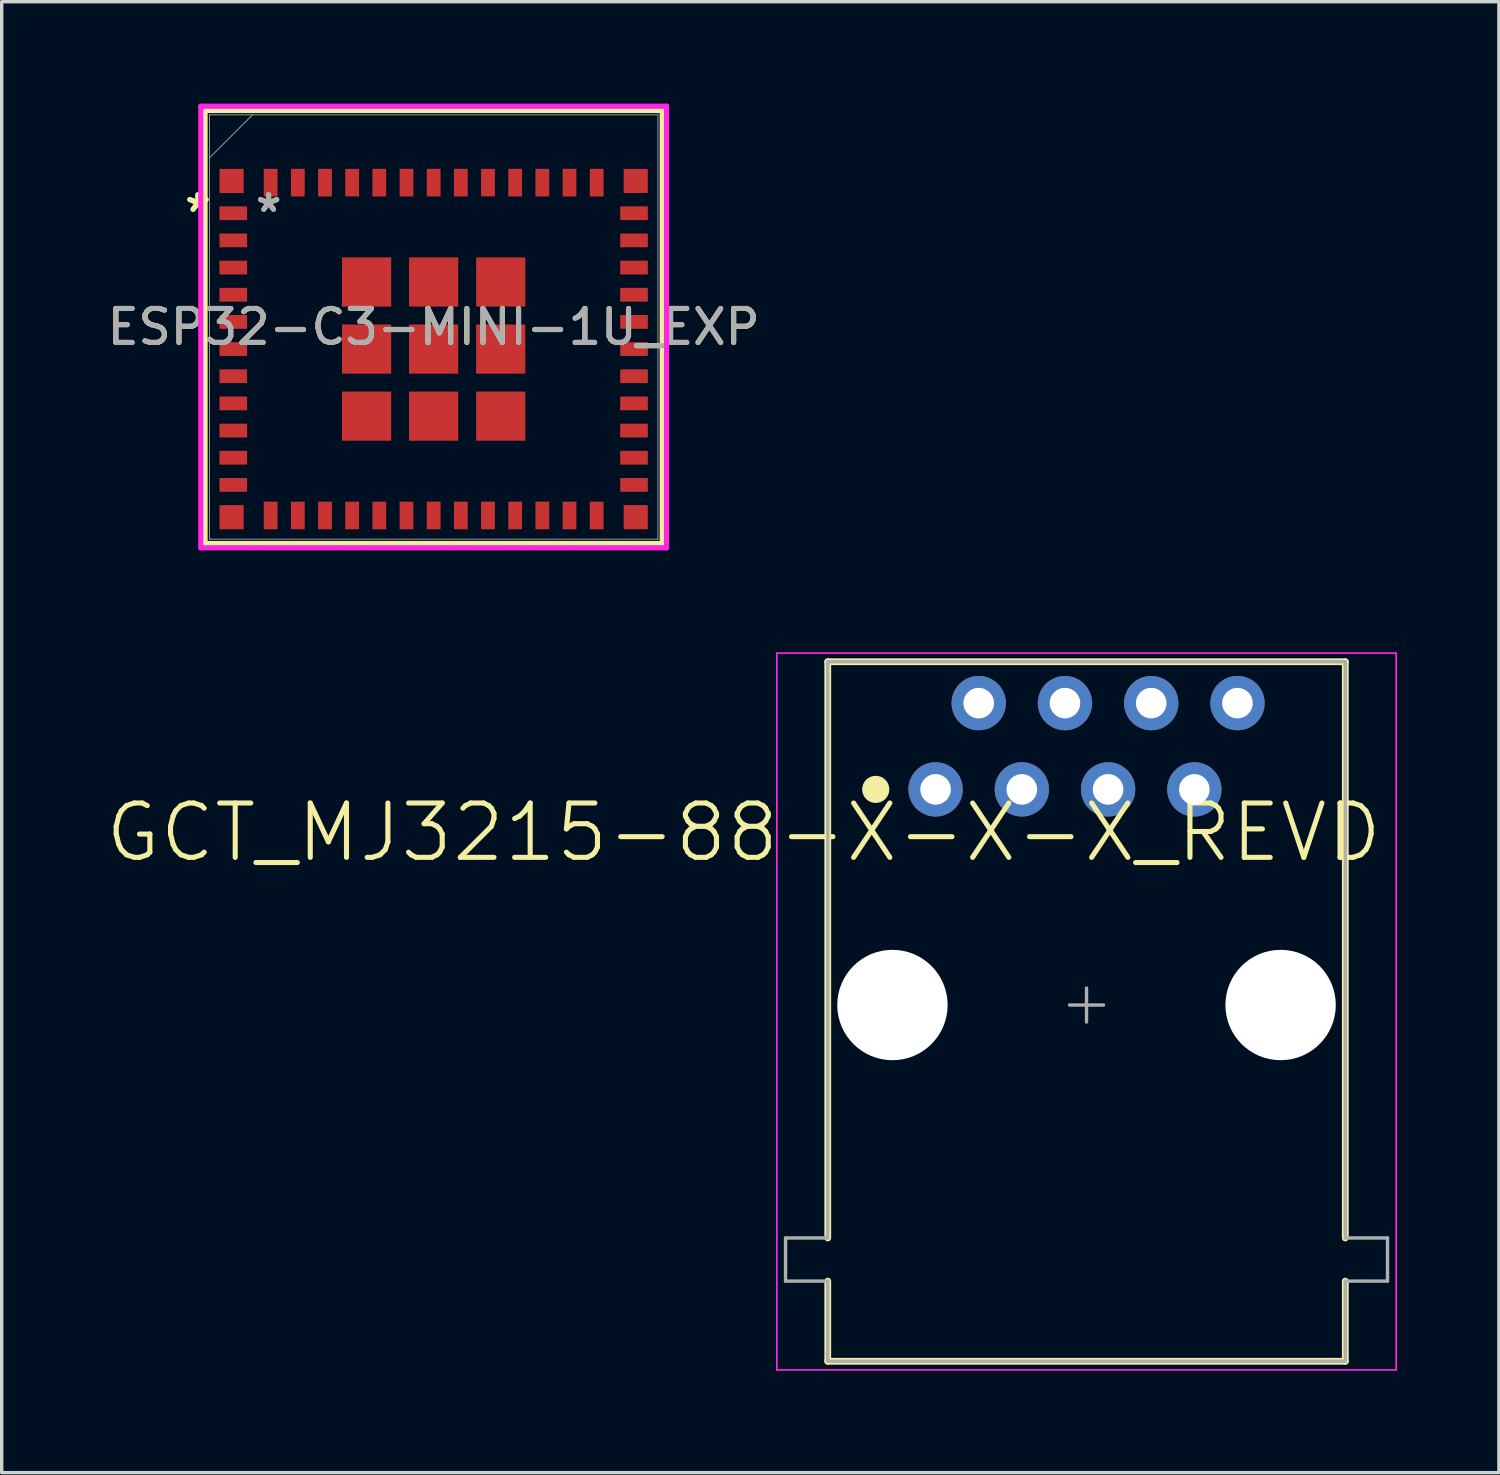
<source format=kicad_pcb>
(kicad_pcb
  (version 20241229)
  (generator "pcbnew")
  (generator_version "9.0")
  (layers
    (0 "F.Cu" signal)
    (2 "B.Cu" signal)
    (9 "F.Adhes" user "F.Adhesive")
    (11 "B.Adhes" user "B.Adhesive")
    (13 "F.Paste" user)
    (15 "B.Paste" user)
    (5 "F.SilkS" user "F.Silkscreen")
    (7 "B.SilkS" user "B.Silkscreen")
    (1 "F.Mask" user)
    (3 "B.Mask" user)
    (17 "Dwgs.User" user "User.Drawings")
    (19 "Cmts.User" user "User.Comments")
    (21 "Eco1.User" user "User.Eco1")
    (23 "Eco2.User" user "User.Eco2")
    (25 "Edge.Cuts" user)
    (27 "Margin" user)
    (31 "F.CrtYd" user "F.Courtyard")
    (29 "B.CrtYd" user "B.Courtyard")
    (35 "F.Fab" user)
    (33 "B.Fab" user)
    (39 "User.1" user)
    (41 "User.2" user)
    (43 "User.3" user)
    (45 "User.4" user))
  (footprint "ESP32-C3-MINI-1U_EXP"
    (layer "F.Cu")
    (at 9.72 6.579)
    (property "Reference" "ESP32-C3-MINI-1U_EXP" (at 0 0 0) (unlocked yes) (layer "F.SilkS") (effects (font (size 1 1) (thickness 0.15))))
    (attr smd)
    (fp_line (start -6.731 -6.375) (end -6.731 6.375) (stroke (width 0.152) (type solid)) (layer "F.SilkS"))
    (fp_line (start -6.731 6.375) (end 6.731 6.375) (stroke (width 0.152) (type solid)) (layer "F.SilkS"))
    (fp_line (start 6.731 -6.375) (end -6.731 -6.375) (stroke (width 0.152) (type solid)) (layer "F.SilkS"))
    (fp_line (start 6.731 6.375) (end 6.731 -6.375) (stroke (width 0.152) (type solid)) (layer "F.SilkS"))
    (fp_line (start -6.858 -6.502) (end -6.858 6.502) (stroke (width 0.152) (type solid)) (layer "F.CrtYd"))
    (fp_line (start -6.858 6.502) (end 6.858 6.502) (stroke (width 0.152) (type solid)) (layer "F.CrtYd"))
    (fp_line (start 6.858 -6.502) (end -6.858 -6.502) (stroke (width 0.152) (type solid)) (layer "F.CrtYd"))
    (fp_line (start 6.858 6.502) (end 6.858 -6.502) (stroke (width 0.152) (type solid)) (layer "F.CrtYd"))
    (fp_line (start -6.604 -6.248) (end -6.604 6.248) (stroke (width 0.025) (type solid)) (layer "F.Fab"))
    (fp_line (start -6.604 -4.978) (end -5.334 -6.248) (stroke (width 0.025) (type solid)) (layer "F.Fab"))
    (fp_line (start -6.604 6.248) (end 6.604 6.248) (stroke (width 0.025) (type solid)) (layer "F.Fab"))
    (fp_line (start 6.604 -6.248) (end -6.604 -6.248) (stroke (width 0.025) (type solid)) (layer "F.Fab"))
    (fp_line (start 6.604 6.248) (end 6.604 -6.248) (stroke (width 0.025) (type solid)) (layer "F.Fab"))
    (fp_text user "*" (at -6.941 -3.35 0) (layer "F.SilkS") (effects (font (size 1 1) (thickness 0.15))))
    (fp_text user "*" (at -6.941 -3.35 0) (unlocked yes) (layer "F.SilkS") (effects (font (size 1 1) (thickness 0.15))))
    (fp_text user "*" (at -4.859 -3.35 0) (unlocked yes) (layer "F.Fab") (effects (font (size 1 1) (thickness 0.15))))
    (fp_text user "*" (at -4.859 -3.35 0) (layer "F.Fab") (effects (font (size 1 1) (thickness 0.15))))
    (fp_text user "${REFERENCE}" (at 0 0 0) (unlocked yes) (layer "F.Fab") (effects (font (size 1 1) (thickness 0.15))))
    (pad "1" smd rect (at -5.9 -3.35) (size 0.813 0.406) (layers "F.Cu" "F.Mask" "F.Paste"))
    (pad "2" smd rect (at -5.9 -2.55) (size 0.813 0.406) (layers "F.Cu" "F.Mask" "F.Paste"))
    (pad "3" smd rect (at -5.9 -1.75) (size 0.813 0.406) (layers "F.Cu" "F.Mask" "F.Paste"))
    (pad "4" smd rect (at -5.9 -0.95) (size 0.813 0.406) (layers "F.Cu" "F.Mask" "F.Paste"))
    (pad "5" smd rect (at -5.9 -0.15) (size 0.813 0.406) (layers "F.Cu" "F.Mask" "F.Paste"))
    (pad "6" smd rect (at -5.9 0.65) (size 0.813 0.406) (layers "F.Cu" "F.Mask" "F.Paste"))
    (pad "7" smd rect (at -5.9 1.45) (size 0.813 0.406) (layers "F.Cu" "F.Mask" "F.Paste"))
    (pad "8" smd rect (at -5.9 2.25) (size 0.813 0.406) (layers "F.Cu" "F.Mask" "F.Paste"))
    (pad "9" smd rect (at -5.9 3.05) (size 0.813 0.406) (layers "F.Cu" "F.Mask" "F.Paste"))
    (pad "10" smd rect (at -5.9 3.85) (size 0.813 0.406) (layers "F.Cu" "F.Mask" "F.Paste"))
    (pad "11" smd rect (at -5.9 4.65) (size 0.813 0.406) (layers "F.Cu" "F.Mask" "F.Paste"))
    (pad "12" smd rect (at -4.8 5.55 90) (size 0.813 0.406) (layers "F.Cu" "F.Mask" "F.Paste"))
    (pad "13" smd rect (at -4 5.55 90) (size 0.813 0.406) (layers "F.Cu" "F.Mask" "F.Paste"))
    (pad "14" smd rect (at -3.2 5.55 90) (size 0.813 0.406) (layers "F.Cu" "F.Mask" "F.Paste"))
    (pad "15" smd rect (at -2.4 5.55 90) (size 0.813 0.406) (layers "F.Cu" "F.Mask" "F.Paste"))
    (pad "16" smd rect (at -1.6 5.55 90) (size 0.813 0.406) (layers "F.Cu" "F.Mask" "F.Paste"))
    (pad "17" smd rect (at -0.8 5.55 90) (size 0.813 0.406) (layers "F.Cu" "F.Mask" "F.Paste"))
    (pad "18" smd rect (at 0 5.55 90) (size 0.813 0.406) (layers "F.Cu" "F.Mask" "F.Paste"))
    (pad "19" smd rect (at 0.8 5.55 90) (size 0.813 0.406) (layers "F.Cu" "F.Mask" "F.Paste"))
    (pad "20" smd rect (at 1.6 5.55 90) (size 0.813 0.406) (layers "F.Cu" "F.Mask" "F.Paste"))
    (pad "21" smd rect (at 2.4 5.55 90) (size 0.813 0.406) (layers "F.Cu" "F.Mask" "F.Paste"))
    (pad "22" smd rect (at 3.2 5.55 90) (size 0.813 0.406) (layers "F.Cu" "F.Mask" "F.Paste"))
    (pad "23" smd rect (at 4 5.55 90) (size 0.813 0.406) (layers "F.Cu" "F.Mask" "F.Paste"))
    (pad "24" smd rect (at 4.8 5.55 90) (size 0.813 0.406) (layers "F.Cu" "F.Mask" "F.Paste"))
    (pad "25" smd rect (at 5.9 4.65) (size 0.813 0.406) (layers "F.Cu" "F.Mask" "F.Paste"))
    (pad "26" smd rect (at 5.9 3.85) (size 0.813 0.406) (layers "F.Cu" "F.Mask" "F.Paste"))
    (pad "27" smd rect (at 5.9 3.05) (size 0.813 0.406) (layers "F.Cu" "F.Mask" "F.Paste"))
    (pad "28" smd rect (at 5.9 2.25) (size 0.813 0.406) (layers "F.Cu" "F.Mask" "F.Paste"))
    (pad "29" smd rect (at 5.9 1.45) (size 0.813 0.406) (layers "F.Cu" "F.Mask" "F.Paste"))
    (pad "30" smd rect (at 5.9 0.65) (size 0.813 0.406) (layers "F.Cu" "F.Mask" "F.Paste"))
    (pad "31" smd rect (at 5.9 -0.15) (size 0.813 0.406) (layers "F.Cu" "F.Mask" "F.Paste"))
    (pad "32" smd rect (at 5.9 -0.95) (size 0.813 0.406) (layers "F.Cu" "F.Mask" "F.Paste"))
    (pad "33" smd rect (at 5.9 -1.75) (size 0.813 0.406) (layers "F.Cu" "F.Mask" "F.Paste"))
    (pad "34" smd rect (at 5.9 -2.55) (size 0.813 0.406) (layers "F.Cu" "F.Mask" "F.Paste"))
    (pad "35" smd rect (at 5.9 -3.35) (size 0.813 0.406) (layers "F.Cu" "F.Mask" "F.Paste"))
    (pad "36" smd rect (at 4.8 -4.25 90) (size 0.813 0.406) (layers "F.Cu" "F.Mask" "F.Paste"))
    (pad "37" smd rect (at 4 -4.25 90) (size 0.813 0.406) (layers "F.Cu" "F.Mask" "F.Paste"))
    (pad "38" smd rect (at 3.2 -4.25 90) (size 0.813 0.406) (layers "F.Cu" "F.Mask" "F.Paste"))
    (pad "39" smd rect (at 2.4 -4.25 90) (size 0.813 0.406) (layers "F.Cu" "F.Mask" "F.Paste"))
    (pad "40" smd rect (at 1.6 -4.25 90) (size 0.813 0.406) (layers "F.Cu" "F.Mask" "F.Paste"))
    (pad "41" smd rect (at 0.8 -4.25 90) (size 0.813 0.406) (layers "F.Cu" "F.Mask" "F.Paste"))
    (pad "42" smd rect (at 0 -4.25 90) (size 0.813 0.406) (layers "F.Cu" "F.Mask" "F.Paste"))
    (pad "43" smd rect (at -0.8 -4.25 90) (size 0.813 0.406) (layers "F.Cu" "F.Mask" "F.Paste"))
    (pad "44" smd rect (at -1.6 -4.25 90) (size 0.813 0.406) (layers "F.Cu" "F.Mask" "F.Paste"))
    (pad "45" smd rect (at -2.4 -4.25 90) (size 0.813 0.406) (layers "F.Cu" "F.Mask" "F.Paste"))
    (pad "46" smd rect (at -3.2 -4.25 90) (size 0.813 0.406) (layers "F.Cu" "F.Mask" "F.Paste"))
    (pad "47" smd rect (at -4 -4.25 90) (size 0.813 0.406) (layers "F.Cu" "F.Mask" "F.Paste"))
    (pad "48" smd rect (at -4.8 -4.25 90) (size 0.813 0.406) (layers "F.Cu" "F.Mask" "F.Paste"))
    (pad "49" smd rect (at 0 0.65) (size 1.448 1.448) (layers "F.Cu" "F.Mask" "F.Paste"))
    (pad "50" smd rect (at 5.95 -4.3) (size 0.711 0.711) (layers "F.Cu" "F.Mask" "F.Paste"))
    (pad "51" smd rect (at 5.95 5.6) (size 0.711 0.711) (layers "F.Cu" "F.Mask" "F.Paste"))
    (pad "52" smd rect (at -5.95 5.6) (size 0.711 0.711) (layers "F.Cu" "F.Mask" "F.Paste"))
    (pad "53" smd rect (at -5.95 -4.3) (size 0.711 0.711) (layers "F.Cu" "F.Mask" "F.Paste"))
    (pad "54" smd rect (at -1.975 -1.325) (size 1.448 1.448) (layers "F.Cu" "F.Mask" "F.Paste"))
    (pad "55" smd rect (at -1.975 0.65) (size 1.448 1.448) (layers "F.Cu" "F.Mask" "F.Paste"))
    (pad "56" smd rect (at -1.975 2.625) (size 1.448 1.448) (layers "F.Cu" "F.Mask" "F.Paste"))
    (pad "57" smd rect (at 0 2.625) (size 1.448 1.448) (layers "F.Cu" "F.Mask" "F.Paste"))
    (pad "58" smd rect (at 1.975 2.625) (size 1.448 1.448) (layers "F.Cu" "F.Mask" "F.Paste"))
    (pad "59" smd rect (at 1.975 0.65) (size 1.448 1.448) (layers "F.Cu" "F.Mask" "F.Paste"))
    (pad "60" smd rect (at 1.975 -1.325) (size 1.448 1.448) (layers "F.Cu" "F.Mask" "F.Paste"))
    (pad "61" smd rect (at 0 -1.325) (size 1.448 1.448) (layers "F.Cu" "F.Mask" "F.Paste")))
  (footprint "GCT_MJ3215-88-X-X-X_REVD"
    (layer "F.Cu")
    (at 28.945 26.545)
    (property "Reference" "GCT_MJ3215-88-X-X-X_REVD" (at -10.097 -5.081 180) (layer "F.SilkS") (effects (font (size 1.6 1.6) (thickness 0.15))))
    (attr through_hole)
    (fp_line (start -7.62 -10.109) (end 7.62 -10.109) (stroke (width 0.2) (type solid)) (layer "F.SilkS"))
    (fp_line (start -7.62 6.86) (end -7.62 -10.109) (stroke (width 0.2) (type solid)) (layer "F.SilkS"))
    (fp_line (start -7.62 10.49) (end -7.62 8.13) (stroke (width 0.2) (type solid)) (layer "F.SilkS"))
    (fp_line (start -7.62 10.49) (end 7.62 10.49) (stroke (width 0.2) (type solid)) (layer "F.SilkS"))
    (fp_line (start 7.62 6.86) (end 7.62 -10.109) (stroke (width 0.2) (type solid)) (layer "F.SilkS"))
    (fp_line (start 7.62 10.49) (end 7.62 8.13) (stroke (width 0.2) (type solid)) (layer "F.SilkS"))
    (fp_circle (center -6.207 -6.35) (end -6.007 -6.35) (stroke (width 0.4) (type solid)) (fill no) (layer "F.SilkS"))
    (fp_line (start -9.119 -10.363) (end 9.119 -10.363) (stroke (width 0.05) (type solid)) (layer "F.CrtYd"))
    (fp_line (start -9.119 10.744) (end -9.119 -10.363) (stroke (width 0.05) (type solid)) (layer "F.CrtYd"))
    (fp_line (start -9.119 10.744) (end 9.119 10.744) (stroke (width 0.05) (type solid)) (layer "F.CrtYd"))
    (fp_line (start 9.119 10.744) (end 9.119 -10.363) (stroke (width 0.05) (type solid)) (layer "F.CrtYd"))
    (fp_line (start -8.863 6.86) (end -7.62 6.86) (stroke (width 0.1) (type solid)) (layer "F.Fab"))
    (fp_line (start -8.863 8.13) (end -8.863 6.86) (stroke (width 0.1) (type solid)) (layer "F.Fab"))
    (fp_line (start -8.863 8.13) (end -7.62 8.13) (stroke (width 0.1) (type solid)) (layer "F.Fab"))
    (fp_line (start -7.62 -10.109) (end 7.62 -10.109) (stroke (width 0.1) (type solid)) (layer "F.Fab"))
    (fp_line (start -7.62 6.86) (end -7.62 -10.109) (stroke (width 0.1) (type solid)) (layer "F.Fab"))
    (fp_line (start -7.62 10.49) (end -7.62 8.13) (stroke (width 0.1) (type solid)) (layer "F.Fab"))
    (fp_line (start -7.62 10.49) (end 7.62 10.49) (stroke (width 0.1) (type solid)) (layer "F.Fab"))
    (fp_line (start -0.5 0) (end 0.5 0) (stroke (width 0.1) (type solid)) (layer "F.Fab"))
    (fp_line (start 0 0.5) (end 0 -0.5) (stroke (width 0.1) (type solid)) (layer "F.Fab"))
    (fp_line (start 7.62 6.86) (end 7.62 -10.109) (stroke (width 0.1) (type solid)) (layer "F.Fab"))
    (fp_line (start 7.62 6.86) (end 8.863 6.86) (stroke (width 0.1) (type solid)) (layer "F.Fab"))
    (fp_line (start 7.62 8.13) (end 8.863 8.13) (stroke (width 0.1) (type solid)) (layer "F.Fab"))
    (fp_line (start 7.62 10.49) (end 7.62 8.13) (stroke (width 0.1) (type solid)) (layer "F.Fab"))
    (fp_line (start 8.863 8.13) (end 8.863 6.86) (stroke (width 0.1) (type solid)) (layer "F.Fab"))
    (pad "" np_thru_hole circle (at -5.715 0) (size 3.25 3.25) (drill 3.25) (layers "*.Cu" "*.Mask"))
    (pad "" np_thru_hole circle (at 5.715 0) (size 3.25 3.25) (drill 3.25) (layers "*.Cu" "*.Mask"))
    (pad "1" thru_hole circle (at -4.445 -6.35) (size 1.6 1.6) (drill 0.9) (layers "*.Cu" "*.Mask"))
    (pad "2" thru_hole circle (at -3.175 -8.89) (size 1.6 1.6) (drill 0.9) (layers "*.Cu" "*.Mask"))
    (pad "3" thru_hole circle (at -1.905 -6.35) (size 1.6 1.6) (drill 0.9) (layers "*.Cu" "*.Mask"))
    (pad "4" thru_hole circle (at -0.635 -8.89) (size 1.6 1.6) (drill 0.9) (layers "*.Cu" "*.Mask"))
    (pad "5" thru_hole circle (at 0.635 -6.35) (size 1.6 1.6) (drill 0.9) (layers "*.Cu" "*.Mask"))
    (pad "6" thru_hole circle (at 1.905 -8.89) (size 1.6 1.6) (drill 0.9) (layers "*.Cu" "*.Mask"))
    (pad "7" thru_hole circle (at 3.175 -6.35) (size 1.6 1.6) (drill 0.9) (layers "*.Cu" "*.Mask"))
    (pad "8" thru_hole circle (at 4.445 -8.89) (size 1.6 1.6) (drill 0.9) (layers "*.Cu" "*.Mask")))
  (gr_rect
    (start -3 -3)
    (end 41.089 40.314)
    (stroke (width 0.1) (type default))
    (fill no)
    (layer "Edge.Cuts")))
</source>
